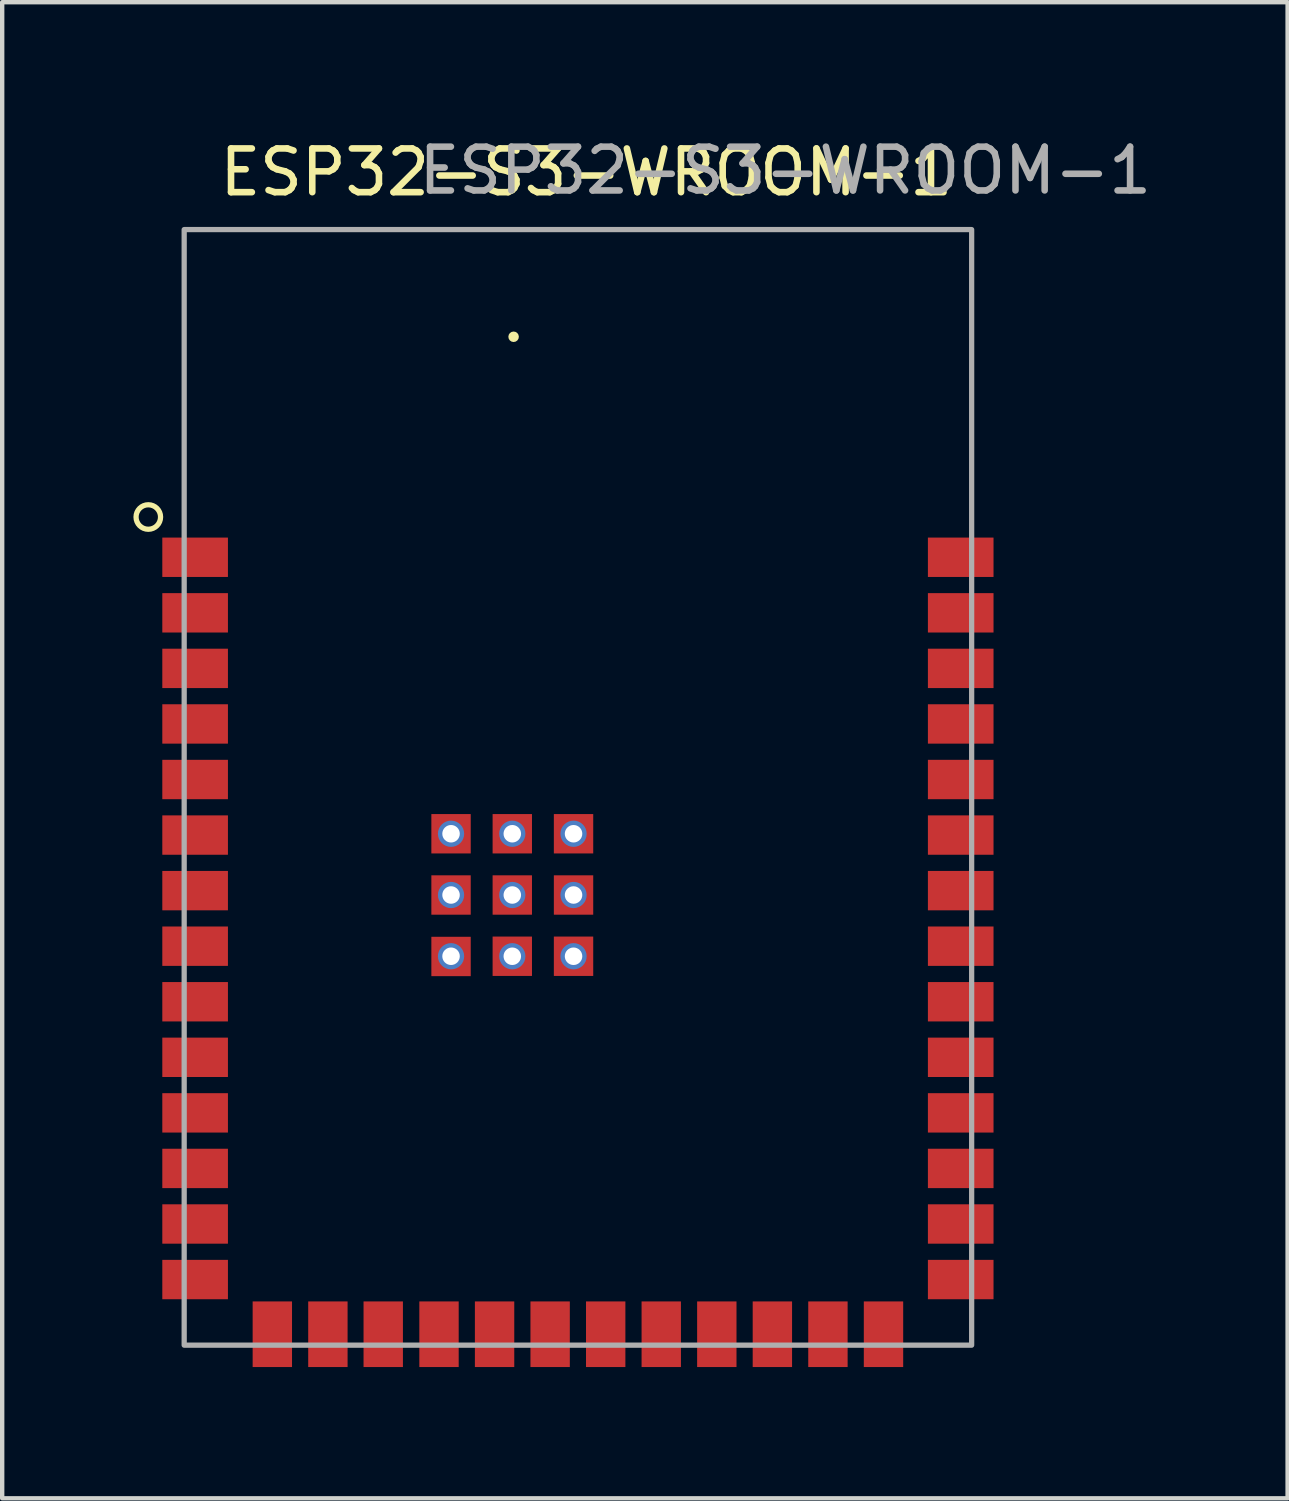
<source format=kicad_pcb>
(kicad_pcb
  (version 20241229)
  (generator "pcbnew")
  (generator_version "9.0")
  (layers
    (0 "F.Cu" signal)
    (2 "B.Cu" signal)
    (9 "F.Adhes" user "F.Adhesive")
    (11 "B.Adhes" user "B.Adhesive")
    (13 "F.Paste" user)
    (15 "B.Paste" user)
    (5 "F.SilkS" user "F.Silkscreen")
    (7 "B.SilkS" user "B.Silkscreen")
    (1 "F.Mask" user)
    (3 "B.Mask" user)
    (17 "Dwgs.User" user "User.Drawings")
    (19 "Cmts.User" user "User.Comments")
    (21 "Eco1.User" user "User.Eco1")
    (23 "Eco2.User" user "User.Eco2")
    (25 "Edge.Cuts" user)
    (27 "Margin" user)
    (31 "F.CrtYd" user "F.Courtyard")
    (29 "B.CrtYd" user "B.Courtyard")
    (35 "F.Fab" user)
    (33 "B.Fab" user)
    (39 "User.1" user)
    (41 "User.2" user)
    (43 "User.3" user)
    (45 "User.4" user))
  (footprint "ESP32-S3-WROOM-1"
    (layer "F.Cu")
    (at 10.16 14.948)
    (property "Reference" "ESP32-S3-WROOM-1" (at 0.19 -14.06 0) (unlocked yes) (layer "F.SilkS") (effects (font (size 1 1) (thickness 0.15))))
    (fp_circle (center -9.82 -6.18) (end -9.66 -5.95) (stroke (width 0.12) (type solid)) (fill no) (layer "F.SilkS"))
    (fp_circle (center -1.47 -10.3) (end -1.47 -10.3) (stroke (width 0.12) (type solid)) (fill no) (layer "F.SilkS"))
    (fp_rect (start -9 -12.75) (end 9 12.75) (stroke (width 0.12) (type solid)) (fill no) (layer "F.Fab"))
    (fp_text user "${REFERENCE}" (at 4.74 -14.1 0) (unlocked yes) (layer "F.Fab") (effects (font (size 1 1) (thickness 0.15))))
    (pad "1" smd rect (at -8.75 -5.26) (size 1.5 0.9) (layers "F.Cu" "F.Mask" "F.Paste"))
    (pad "2" smd rect (at -8.75 -3.99) (size 1.5 0.9) (layers "F.Cu" "F.Mask" "F.Paste"))
    (pad "3" smd rect (at -8.75 -2.72) (size 1.5 0.9) (layers "F.Cu" "F.Mask" "F.Paste"))
    (pad "4" smd rect (at -8.75 -1.45) (size 1.5 0.9) (layers "F.Cu" "F.Mask" "F.Paste"))
    (pad "5" smd rect (at -8.75 -0.18) (size 1.5 0.9) (layers "F.Cu" "F.Mask" "F.Paste"))
    (pad "6" smd rect (at -8.75 1.09) (size 1.5 0.9) (layers "F.Cu" "F.Mask" "F.Paste"))
    (pad "7" smd rect (at -8.75 2.36) (size 1.5 0.9) (layers "F.Cu" "F.Mask" "F.Paste"))
    (pad "8" smd rect (at -8.75 3.63) (size 1.5 0.9) (layers "F.Cu" "F.Mask" "F.Paste"))
    (pad "9" smd rect (at -8.75 4.9) (size 1.5 0.9) (layers "F.Cu" "F.Mask" "F.Paste"))
    (pad "10" smd rect (at -8.75 6.17) (size 1.5 0.9) (layers "F.Cu" "F.Mask" "F.Paste"))
    (pad "11" smd rect (at -8.75 7.44) (size 1.5 0.9) (layers "F.Cu" "F.Mask" "F.Paste"))
    (pad "12" smd rect (at -8.75 8.71) (size 1.5 0.9) (layers "F.Cu" "F.Mask" "F.Paste"))
    (pad "13" smd rect (at -8.75 9.98) (size 1.5 0.9) (layers "F.Cu" "F.Mask" "F.Paste"))
    (pad "14" smd rect (at -8.75 11.25) (size 1.5 0.9) (layers "F.Cu" "F.Mask" "F.Paste"))
    (pad "15" smd rect (at -6.985 12.5) (size 0.9 1.5) (layers "F.Cu" "F.Mask" "F.Paste"))
    (pad "16" smd rect (at -5.715 12.5) (size 0.9 1.5) (layers "F.Cu" "F.Mask" "F.Paste"))
    (pad "17" smd rect (at -4.45 12.5) (size 0.9 1.5) (layers "F.Cu" "F.Mask" "F.Paste"))
    (pad "18" smd rect (at -3.175 12.5) (size 0.9 1.5) (layers "F.Cu" "F.Mask" "F.Paste"))
    (pad "19" smd rect (at -1.905 12.5) (size 0.9 1.5) (layers "F.Cu" "F.Mask" "F.Paste"))
    (pad "20" smd rect (at -0.635 12.5) (size 0.9 1.5) (layers "F.Cu" "F.Mask" "F.Paste"))
    (pad "21" smd rect (at 0.635 12.5) (size 0.9 1.5) (layers "F.Cu" "F.Mask" "F.Paste"))
    (pad "22" smd rect (at 1.905 12.5) (size 0.9 1.5) (layers "F.Cu" "F.Mask" "F.Paste"))
    (pad "23" smd rect (at 3.175 12.5) (size 0.9 1.5) (layers "F.Cu" "F.Mask" "F.Paste"))
    (pad "24" smd rect (at 4.445 12.5) (size 0.9 1.5) (layers "F.Cu" "F.Mask" "F.Paste"))
    (pad "25" smd rect (at 5.715 12.5) (size 0.9 1.5) (layers "F.Cu" "F.Mask" "F.Paste"))
    (pad "26" smd rect (at 6.985 12.5) (size 0.9 1.5) (layers "F.Cu" "F.Mask" "F.Paste"))
    (pad "27" smd rect (at 8.75 11.25) (size 1.5 0.9) (layers "F.Cu" "F.Mask" "F.Paste"))
    (pad "28" smd rect (at 8.75 9.98) (size 1.5 0.9) (layers "F.Cu" "F.Mask" "F.Paste"))
    (pad "29" smd rect (at 8.75 8.71) (size 1.5 0.9) (layers "F.Cu" "F.Mask" "F.Paste"))
    (pad "30" smd rect (at 8.75 7.44) (size 1.5 0.9) (layers "F.Cu" "F.Mask" "F.Paste"))
    (pad "31" smd rect (at 8.75 6.17) (size 1.5 0.9) (layers "F.Cu" "F.Mask" "F.Paste"))
    (pad "32" smd rect (at 8.75 4.9) (size 1.5 0.9) (layers "F.Cu" "F.Mask" "F.Paste"))
    (pad "33" smd rect (at 8.75 3.63) (size 1.5 0.9) (layers "F.Cu" "F.Mask" "F.Paste"))
    (pad "34" smd rect (at 8.75 2.36) (size 1.5 0.9) (layers "F.Cu" "F.Mask" "F.Paste"))
    (pad "35" smd rect (at 8.75 1.09) (size 1.5 0.9) (layers "F.Cu" "F.Mask" "F.Paste"))
    (pad "36" smd rect (at 8.75 -0.18) (size 1.5 0.9) (layers "F.Cu" "F.Mask" "F.Paste"))
    (pad "37" smd rect (at 8.75 -1.45) (size 1.5 0.9) (layers "F.Cu" "F.Mask" "F.Paste"))
    (pad "38" smd rect (at 8.75 -2.72) (size 1.5 0.9) (layers "F.Cu" "F.Mask" "F.Paste"))
    (pad "39" smd rect (at 8.75 -3.99) (size 1.5 0.9) (layers "F.Cu" "F.Mask" "F.Paste"))
    (pad "40" smd rect (at 8.75 -5.26) (size 1.5 0.9) (layers "F.Cu" "F.Mask" "F.Paste"))
    (pad "41" thru_hole circle (at -2.9 1.06) (size 0.6 0.6) (drill 0.4) (layers "*.Cu" "*.Mask"))
    (pad "41" smd rect (at -2.9 1.06) (size 0.9 0.9) (layers "F.Cu" "F.Mask" "F.Paste"))
    (pad "41" thru_hole circle (at -2.9 2.46) (size 0.6 0.6) (drill 0.4) (layers "*.Cu" "*.Mask"))
    (pad "41" smd rect (at -2.9 2.46) (size 0.9 0.9) (layers "F.Cu" "F.Mask" "F.Paste"))
    (pad "41" thru_hole circle (at -2.9 3.86) (size 0.6 0.6) (drill 0.4) (layers "*.Cu" "*.Mask"))
    (pad "41" smd rect (at -2.9 3.865) (size 0.9 0.9) (layers "F.Cu" "F.Mask" "F.Paste"))
    (pad "41" thru_hole circle (at -1.5 1.06) (size 0.6 0.6) (drill 0.4) (layers "*.Cu" "*.Mask"))
    (pad "41" smd rect (at -1.5 1.06) (size 0.9 0.9) (layers "F.Cu" "F.Mask" "F.Paste"))
    (pad "41" thru_hole circle (at -1.5 2.46) (size 0.6 0.6) (drill 0.4) (layers "*.Cu" "*.Mask"))
    (pad "41" smd rect (at -1.5 2.46) (size 0.9 0.9) (layers "F.Cu" "F.Mask" "F.Paste"))
    (pad "41" thru_hole circle (at -1.5 3.86) (size 0.6 0.6) (drill 0.4) (layers "*.Cu" "*.Mask"))
    (pad "41" smd rect (at -1.5 3.86) (size 0.9 0.9) (layers "F.Cu" "F.Mask" "F.Paste"))
    (pad "41" thru_hole circle (at -0.1 1.06) (size 0.6 0.6) (drill 0.4) (layers "*.Cu" "*.Mask"))
    (pad "41" smd rect (at -0.1 1.06) (size 0.9 0.9) (layers "F.Cu" "F.Mask" "F.Paste"))
    (pad "41" thru_hole circle (at -0.1 2.46) (size 0.6 0.6) (drill 0.4) (layers "*.Cu" "*.Mask"))
    (pad "41" smd rect (at -0.1 2.46) (size 0.9 0.9) (layers "F.Cu" "F.Mask" "F.Paste"))
    (pad "41" thru_hole circle (at -0.1 3.86) (size 0.6 0.6) (drill 0.4) (layers "*.Cu" "*.Mask"))
    (pad "41" smd rect (at -0.1 3.86) (size 0.9 0.9) (layers "F.Cu" "F.Mask" "F.Paste"))
    (zone (net_name "") (layer "F.Cu") (name "Antenna area") (hatch edge 0.508) (connect_pads) (min_thickness 0.254) (filled_areas_thickness no) (keepout (tracks not_allowed) (vias not_allowed) (pads not_allowed) (copperpour not_allowed) (footprints allowed)) (placement (enabled no)) (fill) (polygon (pts (xy 1.21 2.198) (xy 19.17 2.168) (xy 19.14 8.158) (xy 1.18 8.158) (xy 1.16 2.148)))))
  (gr_rect
    (start -3 -3)
    (end 26.382 31.198)
    (stroke (width 0.1) (type default))
    (fill no)
    (layer "Edge.Cuts")))
</source>
